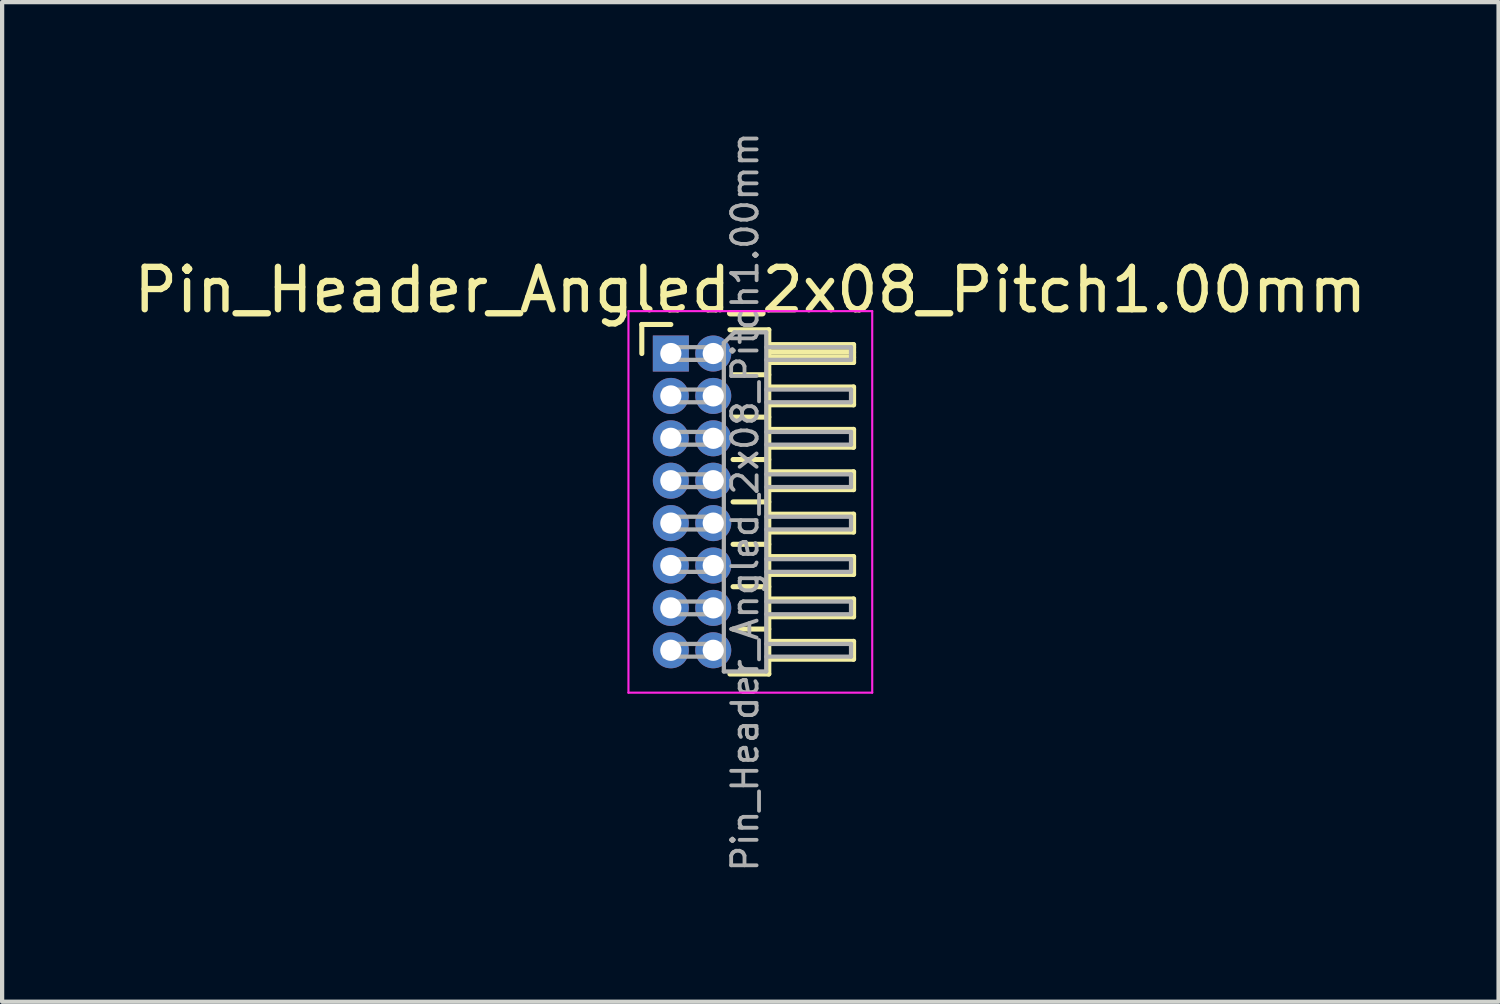
<source format=kicad_pcb>
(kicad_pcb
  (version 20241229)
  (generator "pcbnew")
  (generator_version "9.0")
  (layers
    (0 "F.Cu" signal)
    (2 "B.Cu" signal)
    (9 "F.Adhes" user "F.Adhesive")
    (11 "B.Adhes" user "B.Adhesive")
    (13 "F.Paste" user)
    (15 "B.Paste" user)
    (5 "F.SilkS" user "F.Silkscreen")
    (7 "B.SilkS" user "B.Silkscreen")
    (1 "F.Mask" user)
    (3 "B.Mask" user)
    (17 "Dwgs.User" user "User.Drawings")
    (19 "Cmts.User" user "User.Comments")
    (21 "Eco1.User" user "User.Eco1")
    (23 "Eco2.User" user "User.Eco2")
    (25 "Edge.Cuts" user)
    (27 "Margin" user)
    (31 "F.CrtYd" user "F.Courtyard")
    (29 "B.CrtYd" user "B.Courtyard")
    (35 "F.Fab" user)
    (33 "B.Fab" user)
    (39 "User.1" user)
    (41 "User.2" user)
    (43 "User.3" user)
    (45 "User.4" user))
  (footprint "Pin_Header_Angled_2x08_Pitch1.00mm"
    (layer "F.Cu")
    (at 12.774 5.289)
    (property "Reference" "Pin_Header_Angled_2x08_Pitch1.00mm" (at 1.875 -1.5 0) (layer "F.SilkS") (effects (font (size 1 1) (thickness 0.15))))
    (attr through_hole)
    (fp_line (start -0.685 -0.685) (end 0 -0.685) (stroke (width 0.12) (type solid)) (layer "F.SilkS"))
    (fp_line (start -0.685 0) (end -0.685 -0.685) (stroke (width 0.12) (type solid)) (layer "F.SilkS"))
    (fp_line (start 1.394 -0.56) (end 2.31 -0.56) (stroke (width 0.12) (type solid)) (layer "F.SilkS"))
    (fp_line (start 1.468 0.5) (end 2.31 0.5) (stroke (width 0.12) (type solid)) (layer "F.SilkS"))
    (fp_line (start 1.468 1.5) (end 2.31 1.5) (stroke (width 0.12) (type solid)) (layer "F.SilkS"))
    (fp_line (start 1.468 2.5) (end 2.31 2.5) (stroke (width 0.12) (type solid)) (layer "F.SilkS"))
    (fp_line (start 1.468 3.5) (end 2.31 3.5) (stroke (width 0.12) (type solid)) (layer "F.SilkS"))
    (fp_line (start 1.468 4.5) (end 2.31 4.5) (stroke (width 0.12) (type solid)) (layer "F.SilkS"))
    (fp_line (start 1.468 5.5) (end 2.31 5.5) (stroke (width 0.12) (type solid)) (layer "F.SilkS"))
    (fp_line (start 1.468 6.5) (end 2.31 6.5) (stroke (width 0.12) (type solid)) (layer "F.SilkS"))
    (fp_line (start 2.31 -0.56) (end 2.31 7.56) (stroke (width 0.12) (type solid)) (layer "F.SilkS"))
    (fp_line (start 2.31 -0.21) (end 4.31 -0.21) (stroke (width 0.12) (type solid)) (layer "F.SilkS"))
    (fp_line (start 2.31 -0.15) (end 4.31 -0.15) (stroke (width 0.12) (type solid)) (layer "F.SilkS"))
    (fp_line (start 2.31 -0.03) (end 4.31 -0.03) (stroke (width 0.12) (type solid)) (layer "F.SilkS"))
    (fp_line (start 2.31 0.09) (end 4.31 0.09) (stroke (width 0.12) (type solid)) (layer "F.SilkS"))
    (fp_line (start 2.31 0.79) (end 4.31 0.79) (stroke (width 0.12) (type solid)) (layer "F.SilkS"))
    (fp_line (start 2.31 1.79) (end 4.31 1.79) (stroke (width 0.12) (type solid)) (layer "F.SilkS"))
    (fp_line (start 2.31 2.79) (end 4.31 2.79) (stroke (width 0.12) (type solid)) (layer "F.SilkS"))
    (fp_line (start 2.31 3.79) (end 4.31 3.79) (stroke (width 0.12) (type solid)) (layer "F.SilkS"))
    (fp_line (start 2.31 4.79) (end 4.31 4.79) (stroke (width 0.12) (type solid)) (layer "F.SilkS"))
    (fp_line (start 2.31 5.79) (end 4.31 5.79) (stroke (width 0.12) (type solid)) (layer "F.SilkS"))
    (fp_line (start 2.31 6.79) (end 4.31 6.79) (stroke (width 0.12) (type solid)) (layer "F.SilkS"))
    (fp_line (start 2.31 7.56) (end 1.394 7.56) (stroke (width 0.12) (type solid)) (layer "F.SilkS"))
    (fp_line (start 4.31 -0.21) (end 4.31 0.21) (stroke (width 0.12) (type solid)) (layer "F.SilkS"))
    (fp_line (start 4.31 0.21) (end 2.31 0.21) (stroke (width 0.12) (type solid)) (layer "F.SilkS"))
    (fp_line (start 4.31 0.79) (end 4.31 1.21) (stroke (width 0.12) (type solid)) (layer "F.SilkS"))
    (fp_line (start 4.31 1.21) (end 2.31 1.21) (stroke (width 0.12) (type solid)) (layer "F.SilkS"))
    (fp_line (start 4.31 1.79) (end 4.31 2.21) (stroke (width 0.12) (type solid)) (layer "F.SilkS"))
    (fp_line (start 4.31 2.21) (end 2.31 2.21) (stroke (width 0.12) (type solid)) (layer "F.SilkS"))
    (fp_line (start 4.31 2.79) (end 4.31 3.21) (stroke (width 0.12) (type solid)) (layer "F.SilkS"))
    (fp_line (start 4.31 3.21) (end 2.31 3.21) (stroke (width 0.12) (type solid)) (layer "F.SilkS"))
    (fp_line (start 4.31 3.79) (end 4.31 4.21) (stroke (width 0.12) (type solid)) (layer "F.SilkS"))
    (fp_line (start 4.31 4.21) (end 2.31 4.21) (stroke (width 0.12) (type solid)) (layer "F.SilkS"))
    (fp_line (start 4.31 4.79) (end 4.31 5.21) (stroke (width 0.12) (type solid)) (layer "F.SilkS"))
    (fp_line (start 4.31 5.21) (end 2.31 5.21) (stroke (width 0.12) (type solid)) (layer "F.SilkS"))
    (fp_line (start 4.31 5.79) (end 4.31 6.21) (stroke (width 0.12) (type solid)) (layer "F.SilkS"))
    (fp_line (start 4.31 6.21) (end 2.31 6.21) (stroke (width 0.12) (type solid)) (layer "F.SilkS"))
    (fp_line (start 4.31 6.79) (end 4.31 7.21) (stroke (width 0.12) (type solid)) (layer "F.SilkS"))
    (fp_line (start 4.31 7.21) (end 2.31 7.21) (stroke (width 0.12) (type solid)) (layer "F.SilkS"))
    (fp_line (start -1 -1) (end -1 8) (stroke (width 0.05) (type solid)) (layer "F.CrtYd"))
    (fp_line (start -1 8) (end 4.75 8) (stroke (width 0.05) (type solid)) (layer "F.CrtYd"))
    (fp_line (start 4.75 -1) (end -1 -1) (stroke (width 0.05) (type solid)) (layer "F.CrtYd"))
    (fp_line (start 4.75 8) (end 4.75 -1) (stroke (width 0.05) (type solid)) (layer "F.CrtYd"))
    (fp_line (start -0.15 -0.15) (end -0.15 0.15) (stroke (width 0.1) (type solid)) (layer "F.Fab"))
    (fp_line (start -0.15 -0.15) (end 1.25 -0.15) (stroke (width 0.1) (type solid)) (layer "F.Fab"))
    (fp_line (start -0.15 0.15) (end 1.25 0.15) (stroke (width 0.1) (type solid)) (layer "F.Fab"))
    (fp_line (start -0.15 0.85) (end -0.15 1.15) (stroke (width 0.1) (type solid)) (layer "F.Fab"))
    (fp_line (start -0.15 0.85) (end 1.25 0.85) (stroke (width 0.1) (type solid)) (layer "F.Fab"))
    (fp_line (start -0.15 1.15) (end 1.25 1.15) (stroke (width 0.1) (type solid)) (layer "F.Fab"))
    (fp_line (start -0.15 1.85) (end -0.15 2.15) (stroke (width 0.1) (type solid)) (layer "F.Fab"))
    (fp_line (start -0.15 1.85) (end 1.25 1.85) (stroke (width 0.1) (type solid)) (layer "F.Fab"))
    (fp_line (start -0.15 2.15) (end 1.25 2.15) (stroke (width 0.1) (type solid)) (layer "F.Fab"))
    (fp_line (start -0.15 2.85) (end -0.15 3.15) (stroke (width 0.1) (type solid)) (layer "F.Fab"))
    (fp_line (start -0.15 2.85) (end 1.25 2.85) (stroke (width 0.1) (type solid)) (layer "F.Fab"))
    (fp_line (start -0.15 3.15) (end 1.25 3.15) (stroke (width 0.1) (type solid)) (layer "F.Fab"))
    (fp_line (start -0.15 3.85) (end -0.15 4.15) (stroke (width 0.1) (type solid)) (layer "F.Fab"))
    (fp_line (start -0.15 3.85) (end 1.25 3.85) (stroke (width 0.1) (type solid)) (layer "F.Fab"))
    (fp_line (start -0.15 4.15) (end 1.25 4.15) (stroke (width 0.1) (type solid)) (layer "F.Fab"))
    (fp_line (start -0.15 4.85) (end -0.15 5.15) (stroke (width 0.1) (type solid)) (layer "F.Fab"))
    (fp_line (start -0.15 4.85) (end 1.25 4.85) (stroke (width 0.1) (type solid)) (layer "F.Fab"))
    (fp_line (start -0.15 5.15) (end 1.25 5.15) (stroke (width 0.1) (type solid)) (layer "F.Fab"))
    (fp_line (start -0.15 5.85) (end -0.15 6.15) (stroke (width 0.1) (type solid)) (layer "F.Fab"))
    (fp_line (start -0.15 5.85) (end 1.25 5.85) (stroke (width 0.1) (type solid)) (layer "F.Fab"))
    (fp_line (start -0.15 6.15) (end 1.25 6.15) (stroke (width 0.1) (type solid)) (layer "F.Fab"))
    (fp_line (start -0.15 6.85) (end -0.15 7.15) (stroke (width 0.1) (type solid)) (layer "F.Fab"))
    (fp_line (start -0.15 6.85) (end 1.25 6.85) (stroke (width 0.1) (type solid)) (layer "F.Fab"))
    (fp_line (start -0.15 7.15) (end 1.25 7.15) (stroke (width 0.1) (type solid)) (layer "F.Fab"))
    (fp_line (start 1.25 -0.25) (end 1.5 -0.5) (stroke (width 0.1) (type solid)) (layer "F.Fab"))
    (fp_line (start 1.25 7.5) (end 1.25 -0.25) (stroke (width 0.1) (type solid)) (layer "F.Fab"))
    (fp_line (start 1.5 -0.5) (end 2.25 -0.5) (stroke (width 0.1) (type solid)) (layer "F.Fab"))
    (fp_line (start 2.25 -0.5) (end 2.25 7.5) (stroke (width 0.1) (type solid)) (layer "F.Fab"))
    (fp_line (start 2.25 -0.15) (end 4.25 -0.15) (stroke (width 0.1) (type solid)) (layer "F.Fab"))
    (fp_line (start 2.25 0.15) (end 4.25 0.15) (stroke (width 0.1) (type solid)) (layer "F.Fab"))
    (fp_line (start 2.25 0.85) (end 4.25 0.85) (stroke (width 0.1) (type solid)) (layer "F.Fab"))
    (fp_line (start 2.25 1.15) (end 4.25 1.15) (stroke (width 0.1) (type solid)) (layer "F.Fab"))
    (fp_line (start 2.25 1.85) (end 4.25 1.85) (stroke (width 0.1) (type solid)) (layer "F.Fab"))
    (fp_line (start 2.25 2.15) (end 4.25 2.15) (stroke (width 0.1) (type solid)) (layer "F.Fab"))
    (fp_line (start 2.25 2.85) (end 4.25 2.85) (stroke (width 0.1) (type solid)) (layer "F.Fab"))
    (fp_line (start 2.25 3.15) (end 4.25 3.15) (stroke (width 0.1) (type solid)) (layer "F.Fab"))
    (fp_line (start 2.25 3.85) (end 4.25 3.85) (stroke (width 0.1) (type solid)) (layer "F.Fab"))
    (fp_line (start 2.25 4.15) (end 4.25 4.15) (stroke (width 0.1) (type solid)) (layer "F.Fab"))
    (fp_line (start 2.25 4.85) (end 4.25 4.85) (stroke (width 0.1) (type solid)) (layer "F.Fab"))
    (fp_line (start 2.25 5.15) (end 4.25 5.15) (stroke (width 0.1) (type solid)) (layer "F.Fab"))
    (fp_line (start 2.25 5.85) (end 4.25 5.85) (stroke (width 0.1) (type solid)) (layer "F.Fab"))
    (fp_line (start 2.25 6.15) (end 4.25 6.15) (stroke (width 0.1) (type solid)) (layer "F.Fab"))
    (fp_line (start 2.25 6.85) (end 4.25 6.85) (stroke (width 0.1) (type solid)) (layer "F.Fab"))
    (fp_line (start 2.25 7.15) (end 4.25 7.15) (stroke (width 0.1) (type solid)) (layer "F.Fab"))
    (fp_line (start 2.25 7.5) (end 1.25 7.5) (stroke (width 0.1) (type solid)) (layer "F.Fab"))
    (fp_line (start 4.25 -0.15) (end 4.25 0.15) (stroke (width 0.1) (type solid)) (layer "F.Fab"))
    (fp_line (start 4.25 0.85) (end 4.25 1.15) (stroke (width 0.1) (type solid)) (layer "F.Fab"))
    (fp_line (start 4.25 1.85) (end 4.25 2.15) (stroke (width 0.1) (type solid)) (layer "F.Fab"))
    (fp_line (start 4.25 2.85) (end 4.25 3.15) (stroke (width 0.1) (type solid)) (layer "F.Fab"))
    (fp_line (start 4.25 3.85) (end 4.25 4.15) (stroke (width 0.1) (type solid)) (layer "F.Fab"))
    (fp_line (start 4.25 4.85) (end 4.25 5.15) (stroke (width 0.1) (type solid)) (layer "F.Fab"))
    (fp_line (start 4.25 5.85) (end 4.25 6.15) (stroke (width 0.1) (type solid)) (layer "F.Fab"))
    (fp_line (start 4.25 6.85) (end 4.25 7.15) (stroke (width 0.1) (type solid)) (layer "F.Fab"))
    (fp_text user "${REFERENCE}" (at 1.75 3.5 90) (layer "F.Fab") (effects (font (size 0.6 0.6) (thickness 0.09))))
    (pad "1" thru_hole rect (at 0 0) (size 0.85 0.85) (drill 0.5) (layers "*.Cu" "*.Mask"))
    (pad "2" thru_hole oval (at 1 0) (size 0.85 0.85) (drill 0.5) (layers "*.Cu" "*.Mask"))
    (pad "3" thru_hole oval (at 0 1) (size 0.85 0.85) (drill 0.5) (layers "*.Cu" "*.Mask"))
    (pad "4" thru_hole oval (at 1 1) (size 0.85 0.85) (drill 0.5) (layers "*.Cu" "*.Mask"))
    (pad "5" thru_hole oval (at 0 2) (size 0.85 0.85) (drill 0.5) (layers "*.Cu" "*.Mask"))
    (pad "6" thru_hole oval (at 1 2) (size 0.85 0.85) (drill 0.5) (layers "*.Cu" "*.Mask"))
    (pad "7" thru_hole oval (at 0 3) (size 0.85 0.85) (drill 0.5) (layers "*.Cu" "*.Mask"))
    (pad "8" thru_hole oval (at 1 3) (size 0.85 0.85) (drill 0.5) (layers "*.Cu" "*.Mask"))
    (pad "9" thru_hole oval (at 0 4) (size 0.85 0.85) (drill 0.5) (layers "*.Cu" "*.Mask"))
    (pad "10" thru_hole oval (at 1 4) (size 0.85 0.85) (drill 0.5) (layers "*.Cu" "*.Mask"))
    (pad "11" thru_hole oval (at 0 5) (size 0.85 0.85) (drill 0.5) (layers "*.Cu" "*.Mask"))
    (pad "12" thru_hole oval (at 1 5) (size 0.85 0.85) (drill 0.5) (layers "*.Cu" "*.Mask"))
    (pad "13" thru_hole oval (at 0 6) (size 0.85 0.85) (drill 0.5) (layers "*.Cu" "*.Mask"))
    (pad "14" thru_hole oval (at 1 6) (size 0.85 0.85) (drill 0.5) (layers "*.Cu" "*.Mask"))
    (pad "15" thru_hole oval (at 0 7) (size 0.85 0.85) (drill 0.5) (layers "*.Cu" "*.Mask"))
    (pad "16" thru_hole oval (at 1 7) (size 0.85 0.85) (drill 0.5) (layers "*.Cu" "*.Mask")))
  (gr_rect
    (start -3 -3)
    (end 32.298 20.579)
    (stroke (width 0.1) (type default))
    (fill no)
    (layer "Edge.Cuts")))
</source>
